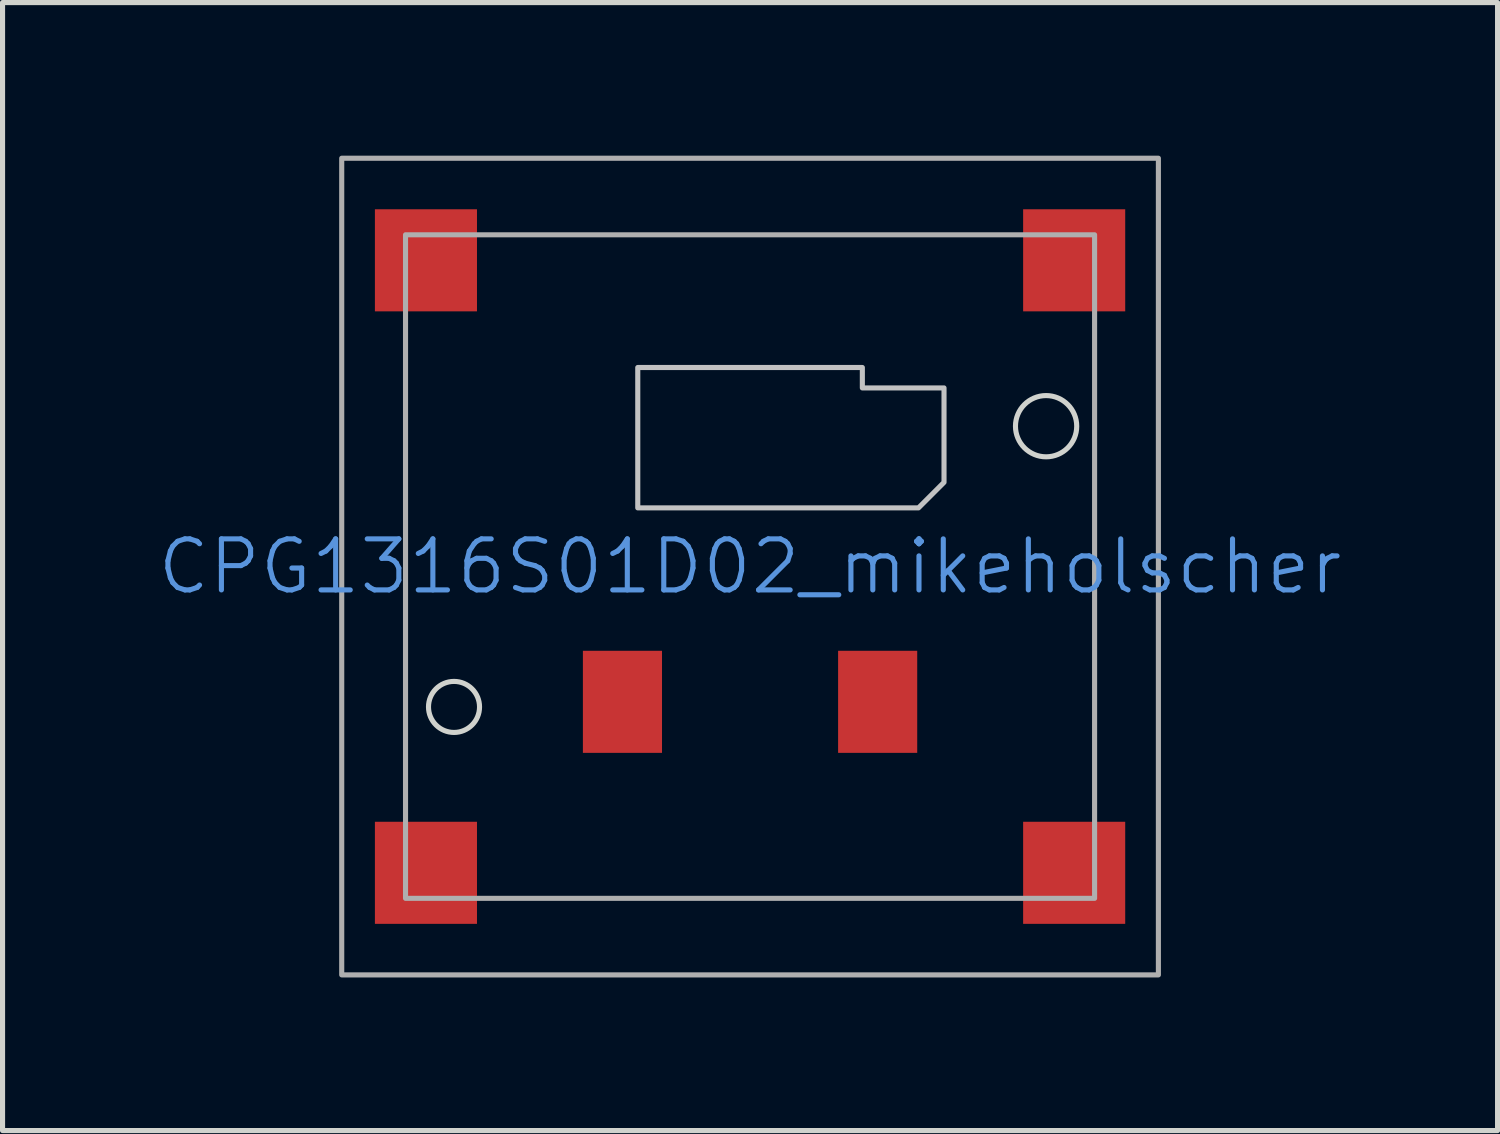
<source format=kicad_pcb>
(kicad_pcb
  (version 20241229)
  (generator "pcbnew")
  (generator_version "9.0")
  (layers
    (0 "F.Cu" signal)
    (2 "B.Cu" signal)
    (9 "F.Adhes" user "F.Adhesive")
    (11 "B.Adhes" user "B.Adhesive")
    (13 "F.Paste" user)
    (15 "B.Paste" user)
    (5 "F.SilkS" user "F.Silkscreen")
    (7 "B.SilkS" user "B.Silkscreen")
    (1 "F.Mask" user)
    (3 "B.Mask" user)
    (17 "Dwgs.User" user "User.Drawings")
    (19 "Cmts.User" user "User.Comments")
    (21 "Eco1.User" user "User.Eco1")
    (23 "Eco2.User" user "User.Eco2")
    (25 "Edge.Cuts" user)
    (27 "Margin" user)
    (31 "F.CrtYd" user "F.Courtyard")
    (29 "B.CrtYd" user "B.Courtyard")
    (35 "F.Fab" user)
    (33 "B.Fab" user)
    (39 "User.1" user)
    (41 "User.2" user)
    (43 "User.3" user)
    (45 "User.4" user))
  (footprint "CPG1316S01D02_mikeholscher"
    (layer "F.Cu")
    (at 11.645 8.05)
    (property "Reference" "CPG1316S01D02_mikeholscher" (at 0 0 0) (unlocked yes) (layer "Cmts.User") (effects (font (size 1 1) (thickness 0.1))))
    (attr smd)
    (fp_poly (pts (xy 3.8 -3.5) (xy 3.8 -1.65) (xy 3.3 -1.15) (xy -2.2 -1.15) (xy -2.2 -3.9) (xy 2.2 -3.9) (xy 2.2 -3.5)) (stroke (width 0.1) (type solid)) (fill no) (layer "Dwgs.User"))
    (fp_circle (center -5.8 2.75) (end -5.3 2.75) (stroke (width 0.1) (type default)) (fill no) (layer "Edge.Cuts"))
    (fp_circle (center 5.8 -2.75) (end 6.4 -2.75) (stroke (width 0.1) (type default)) (fill no) (layer "Edge.Cuts"))
    (fp_rect (start -8 8) (end 8 -8) (stroke (width 0.1) (type default)) (fill no) (layer "F.Fab"))
    (fp_rect (start -6.75 -6.5) (end 6.75 6.5) (stroke (width 0.1) (type default)) (fill no) (layer "F.Fab"))
    (pad "1" smd rect (at -2.5 2.65) (size 1.55 2) (layers "F.Cu" "F.Mask" "F.Paste"))
    (pad "2" smd rect (at 2.5 2.65) (size 1.55 2) (layers "F.Cu" "F.Mask" "F.Paste"))
    (pad "3" smd rect (at -6.35 -6) (size 2 2) (layers "F.Cu" "F.Mask" "F.Paste"))
    (pad "3" smd rect (at -6.35 6) (size 2 2) (layers "F.Cu" "F.Mask" "F.Paste"))
    (pad "3" smd rect (at 6.35 -6) (size 2 2) (layers "F.Cu" "F.Mask" "F.Paste"))
    (pad "3" smd rect (at 6.35 6) (size 2 2) (layers "F.Cu" "F.Mask" "F.Paste")))
  (gr_rect
    (start -3 -3)
    (end 26.29 19.1)
    (stroke (width 0.1) (type default))
    (fill no)
    (layer "Edge.Cuts")))
</source>
